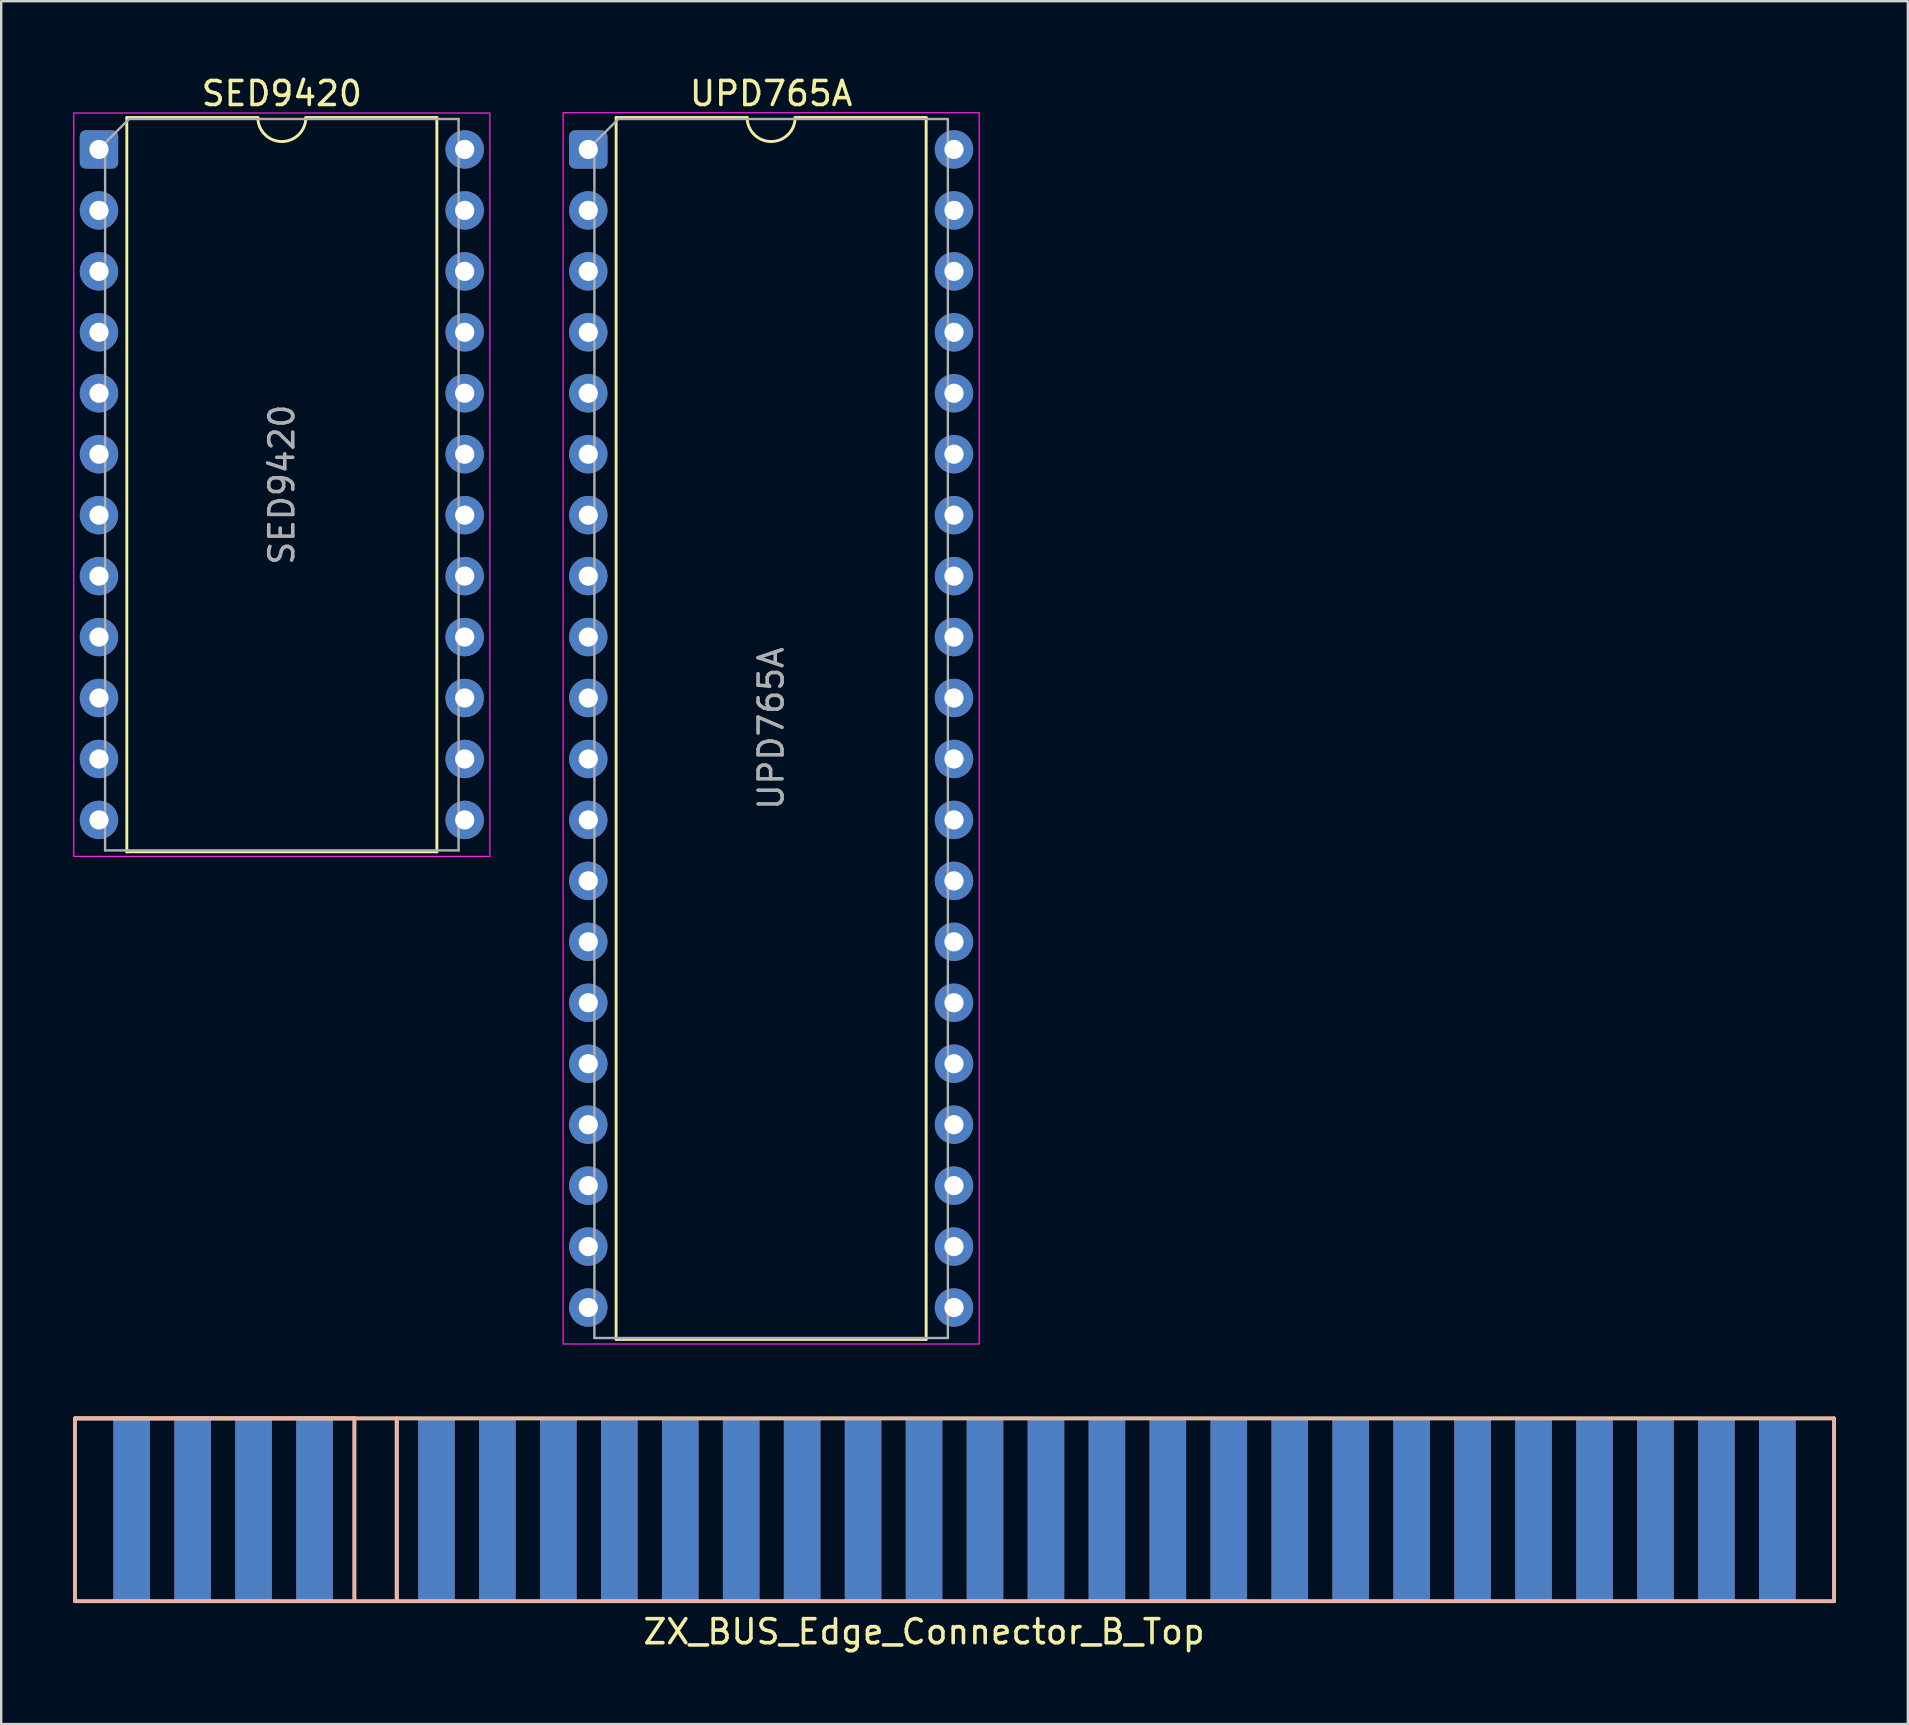
<source format=kicad_pcb>
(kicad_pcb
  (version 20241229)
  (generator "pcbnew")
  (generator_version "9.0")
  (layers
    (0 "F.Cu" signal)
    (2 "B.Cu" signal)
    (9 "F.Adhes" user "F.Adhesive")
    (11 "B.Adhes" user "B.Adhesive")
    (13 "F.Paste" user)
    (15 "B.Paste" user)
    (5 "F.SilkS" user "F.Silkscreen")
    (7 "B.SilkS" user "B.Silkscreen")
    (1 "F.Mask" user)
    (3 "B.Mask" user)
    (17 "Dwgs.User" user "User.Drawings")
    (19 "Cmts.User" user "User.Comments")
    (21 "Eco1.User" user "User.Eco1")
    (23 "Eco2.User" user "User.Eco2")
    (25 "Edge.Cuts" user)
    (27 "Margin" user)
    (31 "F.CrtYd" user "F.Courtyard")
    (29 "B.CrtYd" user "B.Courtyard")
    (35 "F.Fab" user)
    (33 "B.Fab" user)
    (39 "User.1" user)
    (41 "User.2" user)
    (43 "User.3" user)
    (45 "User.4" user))
  (footprint "ZX_BUS_Edge_Connector_B_Top"
    (layer "F.Cu")
    (at 35.457 59.868)
    (property "Reference" "ZX_BUS_Edge_Connector_B_Top" (at 0 5.08 0) (layer "F.SilkS") (effects (font (size 1 1) (thickness 0.15))))
    (attr smd)
    (fp_line (start -35.382 -3.81) (end -35.382 3.81) (stroke (width 0.15) (type solid)) (layer "F.SilkS"))
    (fp_line (start -35.382 -3.81) (end 37.922 -3.81) (stroke (width 0.15) (type solid)) (layer "F.SilkS"))
    (fp_line (start -23.738 -3.81) (end -35.382 -3.81) (stroke (width 0.15) (type solid)) (layer "F.SilkS"))
    (fp_line (start -23.738 -3.81) (end -23.738 3.81) (stroke (width 0.15) (type solid)) (layer "F.SilkS"))
    (fp_line (start -21.982 -3.81) (end -21.982 3.81) (stroke (width 0.15) (type solid)) (layer "F.SilkS"))
    (fp_line (start 37.922 -3.81) (end 37.922 3.81) (stroke (width 0.15) (type solid)) (layer "F.SilkS"))
    (fp_line (start 37.922 3.81) (end -35.382 3.81) (stroke (width 0.15) (type solid)) (layer "F.SilkS"))
    (fp_line (start -35.382 -3.81) (end 37.922 -3.81) (stroke (width 0.15) (type solid)) (layer "B.SilkS"))
    (fp_line (start -35.382 3.81) (end -35.382 -3.81) (stroke (width 0.15) (type solid)) (layer "B.SilkS"))
    (fp_line (start -23.738 -3.81) (end -35.382 -3.81) (stroke (width 0.15) (type solid)) (layer "B.SilkS"))
    (fp_line (start -23.738 3.81) (end -23.738 -3.81) (stroke (width 0.15) (type solid)) (layer "B.SilkS"))
    (fp_line (start -21.96 3.81) (end -21.96 -3.81) (stroke (width 0.15) (type solid)) (layer "B.SilkS"))
    (fp_line (start 37.922 -3.81) (end 37.922 3.81) (stroke (width 0.15) (type solid)) (layer "B.SilkS"))
    (fp_line (start 37.922 3.81) (end -35.382 3.81) (stroke (width 0.15) (type solid)) (layer "B.SilkS"))
    (pad "A1" smd rect (at -33.02 0) (size 1.524 7.62) (layers "B.Cu" "B.Mask" "B.Paste"))
    (pad "A2" smd rect (at -30.48 0) (size 1.524 7.62) (layers "B.Cu" "B.Mask" "B.Paste"))
    (pad "A3" smd rect (at -27.94 0) (size 1.524 7.62) (layers "B.Cu" "B.Mask" "B.Paste"))
    (pad "A4" smd rect (at -25.4 0) (size 1.524 7.62) (layers "B.Cu" "B.Mask" "B.Paste"))
    (pad "A6" smd rect (at -20.32 0) (size 1.524 7.62) (layers "B.Cu" "B.Mask" "B.Paste"))
    (pad "A7" smd rect (at -17.78 0) (size 1.524 7.62) (layers "B.Cu" "B.Mask" "B.Paste"))
    (pad "A8" smd rect (at -15.24 0) (size 1.524 7.62) (layers "B.Cu" "B.Mask" "B.Paste"))
    (pad "A9" smd rect (at -12.7 0) (size 1.524 7.62) (layers "B.Cu" "B.Mask" "B.Paste"))
    (pad "A10" smd rect (at -10.16 0) (size 1.524 7.62) (layers "B.Cu" "B.Mask" "B.Paste"))
    (pad "A11" smd rect (at -7.62 0) (size 1.524 7.62) (layers "B.Cu" "B.Mask" "B.Paste"))
    (pad "A12" smd rect (at -5.08 0) (size 1.524 7.62) (layers "B.Cu" "B.Mask" "B.Paste"))
    (pad "A13" smd rect (at -2.54 0) (size 1.524 7.62) (layers "B.Cu" "B.Mask" "B.Paste"))
    (pad "A14" smd rect (at 0 0) (size 1.524 7.62) (layers "B.Cu" "B.Mask" "B.Paste"))
    (pad "A15" smd rect (at 2.54 0) (size 1.524 7.62) (layers "B.Cu" "B.Mask" "B.Paste"))
    (pad "A16" smd rect (at 5.08 0) (size 1.524 7.62) (layers "B.Cu" "B.Mask" "B.Paste"))
    (pad "A17" smd rect (at 7.62 0) (size 1.524 7.62) (layers "B.Cu" "B.Mask" "B.Paste"))
    (pad "A18" smd rect (at 10.16 0) (size 1.524 7.62) (layers "B.Cu" "B.Mask" "B.Paste"))
    (pad "A19" smd rect (at 12.7 0) (size 1.524 7.62) (layers "B.Cu" "B.Mask" "B.Paste"))
    (pad "A20" smd rect (at 15.24 0) (size 1.524 7.62) (layers "B.Cu" "B.Mask" "B.Paste"))
    (pad "A21" smd rect (at 17.78 0) (size 1.524 7.62) (layers "B.Cu" "B.Mask" "B.Paste"))
    (pad "A22" smd rect (at 20.32 0) (size 1.524 7.62) (layers "B.Cu" "B.Mask" "B.Paste"))
    (pad "A23" smd rect (at 22.86 0) (size 1.524 7.62) (layers "B.Cu" "B.Mask" "B.Paste"))
    (pad "A24" smd rect (at 25.4 0) (size 1.524 7.62) (layers "B.Cu" "B.Mask" "B.Paste"))
    (pad "A25" smd rect (at 27.94 0) (size 1.524 7.62) (layers "B.Cu" "B.Mask" "B.Paste"))
    (pad "A26" smd rect (at 30.48 0) (size 1.524 7.62) (layers "B.Cu" "B.Mask" "B.Paste"))
    (pad "A27" smd rect (at 33.02 0) (size 1.524 7.62) (layers "B.Cu" "B.Mask" "B.Paste"))
    (pad "A28" smd rect (at 35.56 0) (size 1.524 7.62) (layers "B.Cu" "B.Mask" "B.Paste"))
    (pad "B1" smd rect (at -33.02 0) (size 1.524 7.62) (layers "F.Cu" "F.Mask" "F.Paste"))
    (pad "B2" smd rect (at -30.48 0) (size 1.524 7.62) (layers "F.Cu" "F.Mask" "F.Paste"))
    (pad "B3" smd rect (at -27.94 0) (size 1.524 7.62) (layers "F.Cu" "F.Mask" "F.Paste"))
    (pad "B4" smd rect (at -25.4 0) (size 1.524 7.62) (layers "F.Cu" "F.Mask" "F.Paste"))
    (pad "B6" smd rect (at -20.32 0) (size 1.524 7.62) (layers "F.Cu" "F.Mask" "F.Paste"))
    (pad "B7" smd rect (at -17.78 0) (size 1.524 7.62) (layers "F.Cu" "F.Mask" "F.Paste"))
    (pad "B8" smd rect (at -15.24 0) (size 1.524 7.62) (layers "F.Cu" "F.Mask" "F.Paste"))
    (pad "B9" smd rect (at -12.7 0) (size 1.524 7.62) (layers "F.Cu" "F.Mask" "F.Paste"))
    (pad "B10" smd rect (at -10.16 0) (size 1.524 7.62) (layers "F.Cu" "F.Mask" "F.Paste"))
    (pad "B11" smd rect (at -7.62 0) (size 1.524 7.62) (layers "F.Cu" "F.Mask" "F.Paste"))
    (pad "B12" smd rect (at -5.08 0) (size 1.524 7.62) (layers "F.Cu" "F.Mask" "F.Paste"))
    (pad "B13" smd rect (at -2.54 0) (size 1.524 7.62) (layers "F.Cu" "F.Mask" "F.Paste"))
    (pad "B14" smd rect (at 0 0) (size 1.524 7.62) (layers "F.Cu" "F.Mask" "F.Paste"))
    (pad "B15" smd rect (at 2.54 0) (size 1.524 7.62) (layers "F.Cu" "F.Mask" "F.Paste"))
    (pad "B16" smd rect (at 5.08 0) (size 1.524 7.62) (layers "F.Cu" "F.Mask" "F.Paste"))
    (pad "B17" smd rect (at 7.62 0) (size 1.524 7.62) (layers "F.Cu" "F.Mask" "F.Paste"))
    (pad "B18" smd rect (at 10.16 0) (size 1.524 7.62) (layers "F.Cu" "F.Mask" "F.Paste"))
    (pad "B19" smd rect (at 12.7 0) (size 1.524 7.62) (layers "F.Cu" "F.Mask" "F.Paste"))
    (pad "B20" smd rect (at 15.24 0) (size 1.524 7.62) (layers "F.Cu" "F.Mask" "F.Paste"))
    (pad "B21" smd rect (at 17.78 0) (size 1.524 7.62) (layers "F.Cu" "F.Mask" "F.Paste"))
    (pad "B22" smd rect (at 20.32 0) (size 1.524 7.62) (layers "F.Cu" "F.Mask" "F.Paste"))
    (pad "B23" smd rect (at 22.86 0) (size 1.524 7.62) (layers "F.Cu" "F.Mask" "F.Paste"))
    (pad "B24" smd rect (at 25.4 0) (size 1.524 7.62) (layers "F.Cu" "F.Mask" "F.Paste"))
    (pad "B25" smd rect (at 27.94 0) (size 1.524 7.62) (layers "F.Cu" "F.Mask" "F.Paste"))
    (pad "B26" smd rect (at 30.48 0) (size 1.524 7.62) (layers "F.Cu" "F.Mask" "F.Paste"))
    (pad "B27" smd rect (at 33.02 0) (size 1.524 7.62) (layers "F.Cu" "F.Mask" "F.Paste"))
    (pad "B28" smd rect (at 35.56 0) (size 1.524 7.62) (layers "F.Cu" "F.Mask" "F.Paste")))
  (footprint "SED9420"
    (layer "F.Cu")
    (at 1.075 3.178)
    (property "Reference" "SED9420" (at 7.62 -2.33 0) (layer "F.SilkS") (effects (font (size 1 1) (thickness 0.15))))
    (attr through_hole)
    (fp_line (start 1.16 -1.33) (end 1.16 29.27) (stroke (width 0.12) (type solid)) (layer "F.SilkS"))
    (fp_line (start 1.16 29.27) (end 14.08 29.27) (stroke (width 0.12) (type solid)) (layer "F.SilkS"))
    (fp_line (start 6.62 -1.33) (end 1.16 -1.33) (stroke (width 0.12) (type solid)) (layer "F.SilkS"))
    (fp_line (start 14.08 -1.33) (end 8.62 -1.33) (stroke (width 0.12) (type solid)) (layer "F.SilkS"))
    (fp_line (start 14.08 29.27) (end 14.08 -1.33) (stroke (width 0.12) (type solid)) (layer "F.SilkS"))
    (fp_arc (start 8.62 -1.33) (mid 7.62 -0.33) (end 6.62 -1.33) (stroke (width 0.12) (type solid)) (layer "F.SilkS"))
    (fp_rect (start -1.05 -1.52) (end 16.29 29.46) (stroke (width 0.05) (type solid)) (fill no) (layer "F.CrtYd"))
    (fp_line (start 0.255 -0.27) (end 1.255 -1.27) (stroke (width 0.1) (type solid)) (layer "F.Fab"))
    (fp_line (start 0.255 29.21) (end 0.255 -0.27) (stroke (width 0.1) (type solid)) (layer "F.Fab"))
    (fp_line (start 1.255 -1.27) (end 14.985 -1.27) (stroke (width 0.1) (type solid)) (layer "F.Fab"))
    (fp_line (start 14.985 -1.27) (end 14.985 29.21) (stroke (width 0.1) (type solid)) (layer "F.Fab"))
    (fp_line (start 14.985 29.21) (end 0.255 29.21) (stroke (width 0.1) (type solid)) (layer "F.Fab"))
    (fp_text user "${REFERENCE}" (at 7.62 13.97 90) (layer "F.Fab") (effects (font (size 1 1) (thickness 0.15))))
    (pad "1" thru_hole roundrect (at 0 0) (size 1.6 1.6) (drill 0.8) (layers "*.Cu" "*.Mask") (roundrect_rratio 0.156))
    (pad "2" thru_hole circle (at 0 2.54) (size 1.6 1.6) (drill 0.8) (layers "*.Cu" "*.Mask"))
    (pad "3" thru_hole circle (at 0 5.08) (size 1.6 1.6) (drill 0.8) (layers "*.Cu" "*.Mask"))
    (pad "4" thru_hole circle (at 0 7.62) (size 1.6 1.6) (drill 0.8) (layers "*.Cu" "*.Mask"))
    (pad "5" thru_hole circle (at 0 10.16) (size 1.6 1.6) (drill 0.8) (layers "*.Cu" "*.Mask"))
    (pad "6" thru_hole circle (at 0 12.7) (size 1.6 1.6) (drill 0.8) (layers "*.Cu" "*.Mask"))
    (pad "7" thru_hole circle (at 0 15.24) (size 1.6 1.6) (drill 0.8) (layers "*.Cu" "*.Mask"))
    (pad "8" thru_hole circle (at 0 17.78) (size 1.6 1.6) (drill 0.8) (layers "*.Cu" "*.Mask"))
    (pad "9" thru_hole circle (at 0 20.32) (size 1.6 1.6) (drill 0.8) (layers "*.Cu" "*.Mask"))
    (pad "10" thru_hole circle (at 0 22.86) (size 1.6 1.6) (drill 0.8) (layers "*.Cu" "*.Mask"))
    (pad "11" thru_hole circle (at 0 25.4) (size 1.6 1.6) (drill 0.8) (layers "*.Cu" "*.Mask"))
    (pad "12" thru_hole circle (at 0 27.94) (size 1.6 1.6) (drill 0.8) (layers "*.Cu" "*.Mask"))
    (pad "13" thru_hole circle (at 15.24 27.94) (size 1.6 1.6) (drill 0.8) (layers "*.Cu" "*.Mask"))
    (pad "14" thru_hole circle (at 15.24 25.4) (size 1.6 1.6) (drill 0.8) (layers "*.Cu" "*.Mask"))
    (pad "15" thru_hole circle (at 15.24 22.86) (size 1.6 1.6) (drill 0.8) (layers "*.Cu" "*.Mask"))
    (pad "16" thru_hole circle (at 15.24 20.32) (size 1.6 1.6) (drill 0.8) (layers "*.Cu" "*.Mask"))
    (pad "17" thru_hole circle (at 15.24 17.78) (size 1.6 1.6) (drill 0.8) (layers "*.Cu" "*.Mask"))
    (pad "18" thru_hole circle (at 15.24 15.24) (size 1.6 1.6) (drill 0.8) (layers "*.Cu" "*.Mask"))
    (pad "19" thru_hole circle (at 15.24 12.7) (size 1.6 1.6) (drill 0.8) (layers "*.Cu" "*.Mask"))
    (pad "20" thru_hole circle (at 15.24 10.16) (size 1.6 1.6) (drill 0.8) (layers "*.Cu" "*.Mask"))
    (pad "21" thru_hole circle (at 15.24 7.62) (size 1.6 1.6) (drill 0.8) (layers "*.Cu" "*.Mask"))
    (pad "22" thru_hole circle (at 15.24 5.08) (size 1.6 1.6) (drill 0.8) (layers "*.Cu" "*.Mask"))
    (pad "23" thru_hole circle (at 15.24 2.54) (size 1.6 1.6) (drill 0.8) (layers "*.Cu" "*.Mask"))
    (pad "24" thru_hole circle (at 15.24 0) (size 1.6 1.6) (drill 0.8) (layers "*.Cu" "*.Mask")))
  (footprint "UPD765A"
    (layer "F.Cu")
    (at 21.465 3.178)
    (property "Reference" "UPD765A" (at 7.62 -2.33 0) (layer "F.SilkS") (effects (font (size 1 1) (thickness 0.15))))
    (attr through_hole)
    (fp_line (start 1.16 -1.33) (end 1.16 49.59) (stroke (width 0.12) (type solid)) (layer "F.SilkS"))
    (fp_line (start 1.16 49.59) (end 14.08 49.59) (stroke (width 0.12) (type solid)) (layer "F.SilkS"))
    (fp_line (start 6.62 -1.33) (end 1.16 -1.33) (stroke (width 0.12) (type solid)) (layer "F.SilkS"))
    (fp_line (start 14.08 -1.33) (end 8.62 -1.33) (stroke (width 0.12) (type solid)) (layer "F.SilkS"))
    (fp_line (start 14.08 49.59) (end 14.08 -1.33) (stroke (width 0.12) (type solid)) (layer "F.SilkS"))
    (fp_arc (start 8.62 -1.33) (mid 7.62 -0.33) (end 6.62 -1.33) (stroke (width 0.12) (type solid)) (layer "F.SilkS"))
    (fp_rect (start -1.05 -1.53) (end 16.29 49.78) (stroke (width 0.05) (type solid)) (fill no) (layer "F.CrtYd"))
    (fp_line (start 0.255 -0.27) (end 1.255 -1.27) (stroke (width 0.1) (type solid)) (layer "F.Fab"))
    (fp_line (start 0.255 49.53) (end 0.255 -0.27) (stroke (width 0.1) (type solid)) (layer "F.Fab"))
    (fp_line (start 1.255 -1.27) (end 14.985 -1.27) (stroke (width 0.1) (type solid)) (layer "F.Fab"))
    (fp_line (start 14.985 -1.27) (end 14.985 49.53) (stroke (width 0.1) (type solid)) (layer "F.Fab"))
    (fp_line (start 14.985 49.53) (end 0.255 49.53) (stroke (width 0.1) (type solid)) (layer "F.Fab"))
    (fp_text user "${REFERENCE}" (at 7.62 24.13 90) (layer "F.Fab") (effects (font (size 1 1) (thickness 0.15))))
    (pad "1" thru_hole roundrect (at 0 0) (size 1.6 1.6) (drill 0.8) (layers "*.Cu" "*.Mask") (roundrect_rratio 0.156))
    (pad "2" thru_hole circle (at 0 2.54) (size 1.6 1.6) (drill 0.8) (layers "*.Cu" "*.Mask"))
    (pad "3" thru_hole circle (at 0 5.08) (size 1.6 1.6) (drill 0.8) (layers "*.Cu" "*.Mask"))
    (pad "4" thru_hole circle (at 0 7.62) (size 1.6 1.6) (drill 0.8) (layers "*.Cu" "*.Mask"))
    (pad "5" thru_hole circle (at 0 10.16) (size 1.6 1.6) (drill 0.8) (layers "*.Cu" "*.Mask"))
    (pad "6" thru_hole circle (at 0 12.7) (size 1.6 1.6) (drill 0.8) (layers "*.Cu" "*.Mask"))
    (pad "7" thru_hole circle (at 0 15.24) (size 1.6 1.6) (drill 0.8) (layers "*.Cu" "*.Mask"))
    (pad "8" thru_hole circle (at 0 17.78) (size 1.6 1.6) (drill 0.8) (layers "*.Cu" "*.Mask"))
    (pad "9" thru_hole circle (at 0 20.32) (size 1.6 1.6) (drill 0.8) (layers "*.Cu" "*.Mask"))
    (pad "10" thru_hole circle (at 0 22.86) (size 1.6 1.6) (drill 0.8) (layers "*.Cu" "*.Mask"))
    (pad "11" thru_hole circle (at 0 25.4) (size 1.6 1.6) (drill 0.8) (layers "*.Cu" "*.Mask"))
    (pad "12" thru_hole circle (at 0 27.94) (size 1.6 1.6) (drill 0.8) (layers "*.Cu" "*.Mask"))
    (pad "13" thru_hole circle (at 0 30.48) (size 1.6 1.6) (drill 0.8) (layers "*.Cu" "*.Mask"))
    (pad "14" thru_hole circle (at 0 33.02) (size 1.6 1.6) (drill 0.8) (layers "*.Cu" "*.Mask"))
    (pad "15" thru_hole circle (at 0 35.56) (size 1.6 1.6) (drill 0.8) (layers "*.Cu" "*.Mask"))
    (pad "16" thru_hole circle (at 0 38.1) (size 1.6 1.6) (drill 0.8) (layers "*.Cu" "*.Mask"))
    (pad "17" thru_hole circle (at 0 40.64) (size 1.6 1.6) (drill 0.8) (layers "*.Cu" "*.Mask"))
    (pad "18" thru_hole circle (at 0 43.18) (size 1.6 1.6) (drill 0.8) (layers "*.Cu" "*.Mask"))
    (pad "19" thru_hole circle (at 0 45.72) (size 1.6 1.6) (drill 0.8) (layers "*.Cu" "*.Mask"))
    (pad "20" thru_hole circle (at 0 48.26) (size 1.6 1.6) (drill 0.8) (layers "*.Cu" "*.Mask"))
    (pad "21" thru_hole circle (at 15.24 48.26) (size 1.6 1.6) (drill 0.8) (layers "*.Cu" "*.Mask"))
    (pad "22" thru_hole circle (at 15.24 45.72) (size 1.6 1.6) (drill 0.8) (layers "*.Cu" "*.Mask"))
    (pad "23" thru_hole circle (at 15.24 43.18) (size 1.6 1.6) (drill 0.8) (layers "*.Cu" "*.Mask"))
    (pad "24" thru_hole circle (at 15.24 40.64) (size 1.6 1.6) (drill 0.8) (layers "*.Cu" "*.Mask"))
    (pad "25" thru_hole circle (at 15.24 38.1) (size 1.6 1.6) (drill 0.8) (layers "*.Cu" "*.Mask"))
    (pad "26" thru_hole circle (at 15.24 35.56) (size 1.6 1.6) (drill 0.8) (layers "*.Cu" "*.Mask"))
    (pad "27" thru_hole circle (at 15.24 33.02) (size 1.6 1.6) (drill 0.8) (layers "*.Cu" "*.Mask"))
    (pad "28" thru_hole circle (at 15.24 30.48) (size 1.6 1.6) (drill 0.8) (layers "*.Cu" "*.Mask"))
    (pad "29" thru_hole circle (at 15.24 27.94) (size 1.6 1.6) (drill 0.8) (layers "*.Cu" "*.Mask"))
    (pad "30" thru_hole circle (at 15.24 25.4) (size 1.6 1.6) (drill 0.8) (layers "*.Cu" "*.Mask"))
    (pad "31" thru_hole circle (at 15.24 22.86) (size 1.6 1.6) (drill 0.8) (layers "*.Cu" "*.Mask"))
    (pad "32" thru_hole circle (at 15.24 20.32) (size 1.6 1.6) (drill 0.8) (layers "*.Cu" "*.Mask"))
    (pad "33" thru_hole circle (at 15.24 17.78) (size 1.6 1.6) (drill 0.8) (layers "*.Cu" "*.Mask"))
    (pad "34" thru_hole circle (at 15.24 15.24) (size 1.6 1.6) (drill 0.8) (layers "*.Cu" "*.Mask"))
    (pad "35" thru_hole circle (at 15.24 12.7) (size 1.6 1.6) (drill 0.8) (layers "*.Cu" "*.Mask"))
    (pad "36" thru_hole circle (at 15.24 10.16) (size 1.6 1.6) (drill 0.8) (layers "*.Cu" "*.Mask"))
    (pad "37" thru_hole circle (at 15.24 7.62) (size 1.6 1.6) (drill 0.8) (layers "*.Cu" "*.Mask"))
    (pad "38" thru_hole circle (at 15.24 5.08) (size 1.6 1.6) (drill 0.8) (layers "*.Cu" "*.Mask"))
    (pad "39" thru_hole circle (at 15.24 2.54) (size 1.6 1.6) (drill 0.8) (layers "*.Cu" "*.Mask"))
    (pad "40" thru_hole circle (at 15.24 0) (size 1.6 1.6) (drill 0.8) (layers "*.Cu" "*.Mask")))
  (gr_rect
    (start -3 -3)
    (end 76.454 68.796)
    (stroke (width 0.1) (type default))
    (fill no)
    (layer "Edge.Cuts")))
</source>
